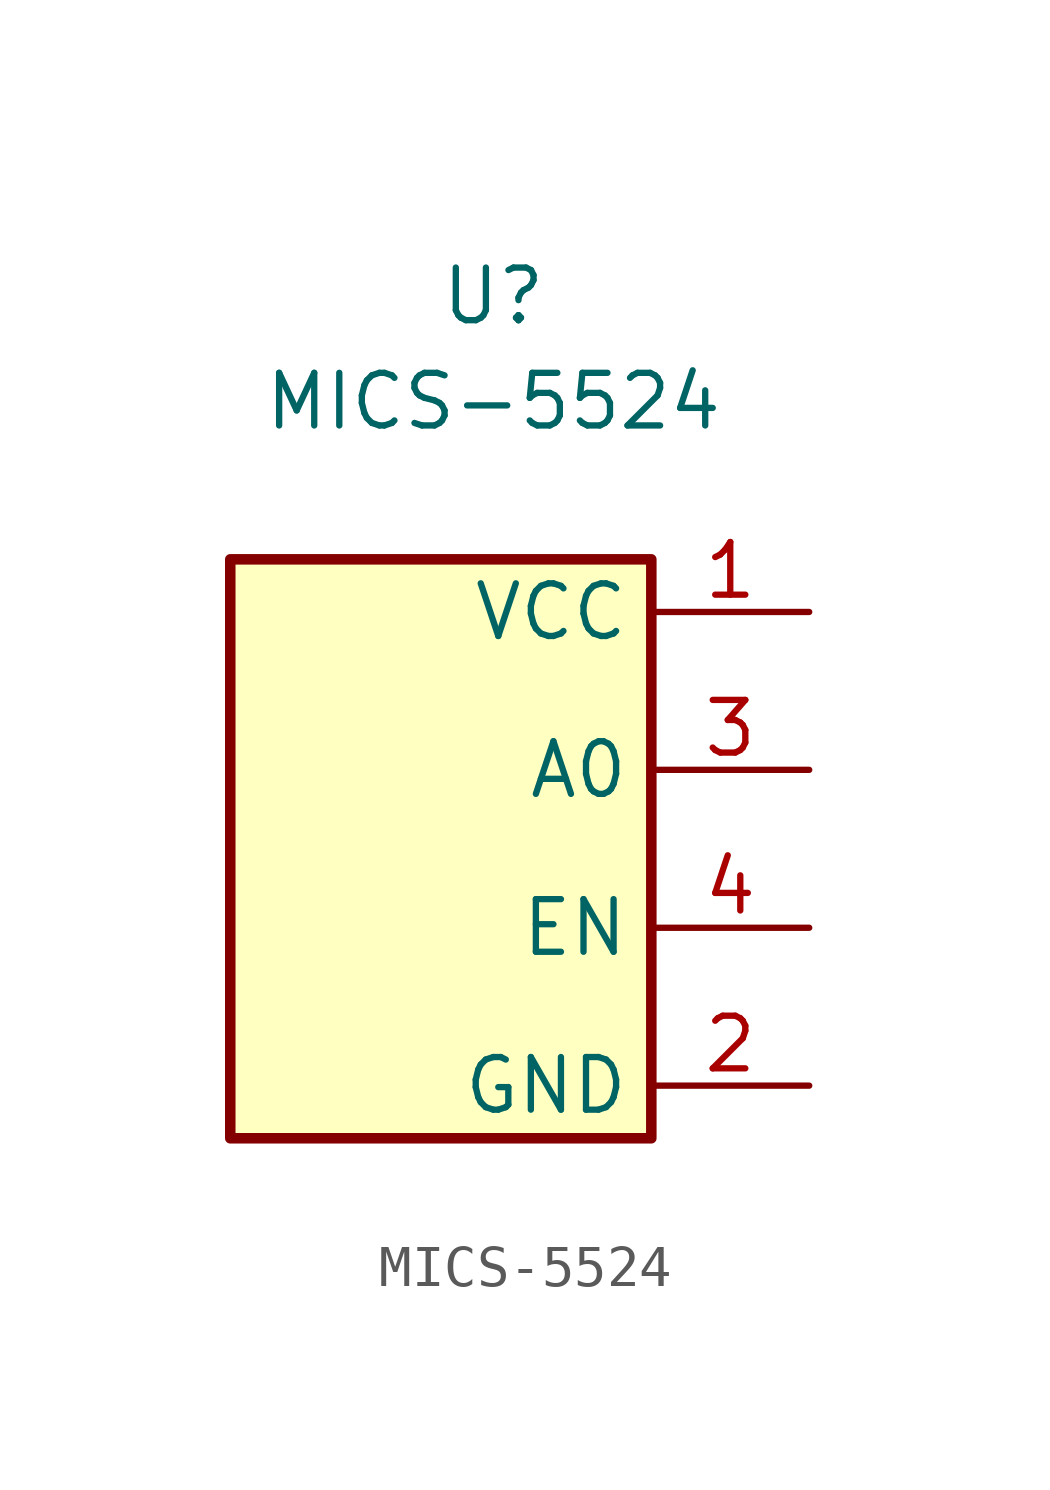
<source format=kicad_sym>
(kicad_symbol_lib
  (version 20211014)
  (generator kicad_symbol_editor)
  (symbol "MICS-5524"
    (property "Reference" "U"
      (at 0 2.54 0)
      (effects (font (size 1.27 1.27))))
    (property "Value" "MICS-5524"
      (at 0 0 0)
      (effects (font (size 1.27 1.27))))
    (symbol "MICS-5524_1_1"
      (rectangle (start -6.35 -3.81) (end 3.81 -17.78) (stroke (width 0.254) (type default) (color 0 0 0 0)) (fill (type background)))
      (pin passive line (at 7.62 -5.08 180) (length 3.81) (name "VCC" (effects (font (size 1.27 1.27)))) (number "1" (effects (font (size 1.27 1.27)))))
      (pin passive line (at 7.62 -16.51 180) (length 3.81) (name "GND" (effects (font (size 1.27 1.27)))) (number "2" (effects (font (size 1.27 1.27)))))
      (pin passive line (at 7.62 -8.89 180) (length 3.81) (name "A0" (effects (font (size 1.27 1.27)))) (number "3" (effects (font (size 1.27 1.27)))))
      (pin passive line (at 7.62 -12.7 180) (length 3.81) (name "EN" (effects (font (size 1.27 1.27)))) (number "4" (effects (font (size 1.27 1.27))))))))
</source>
